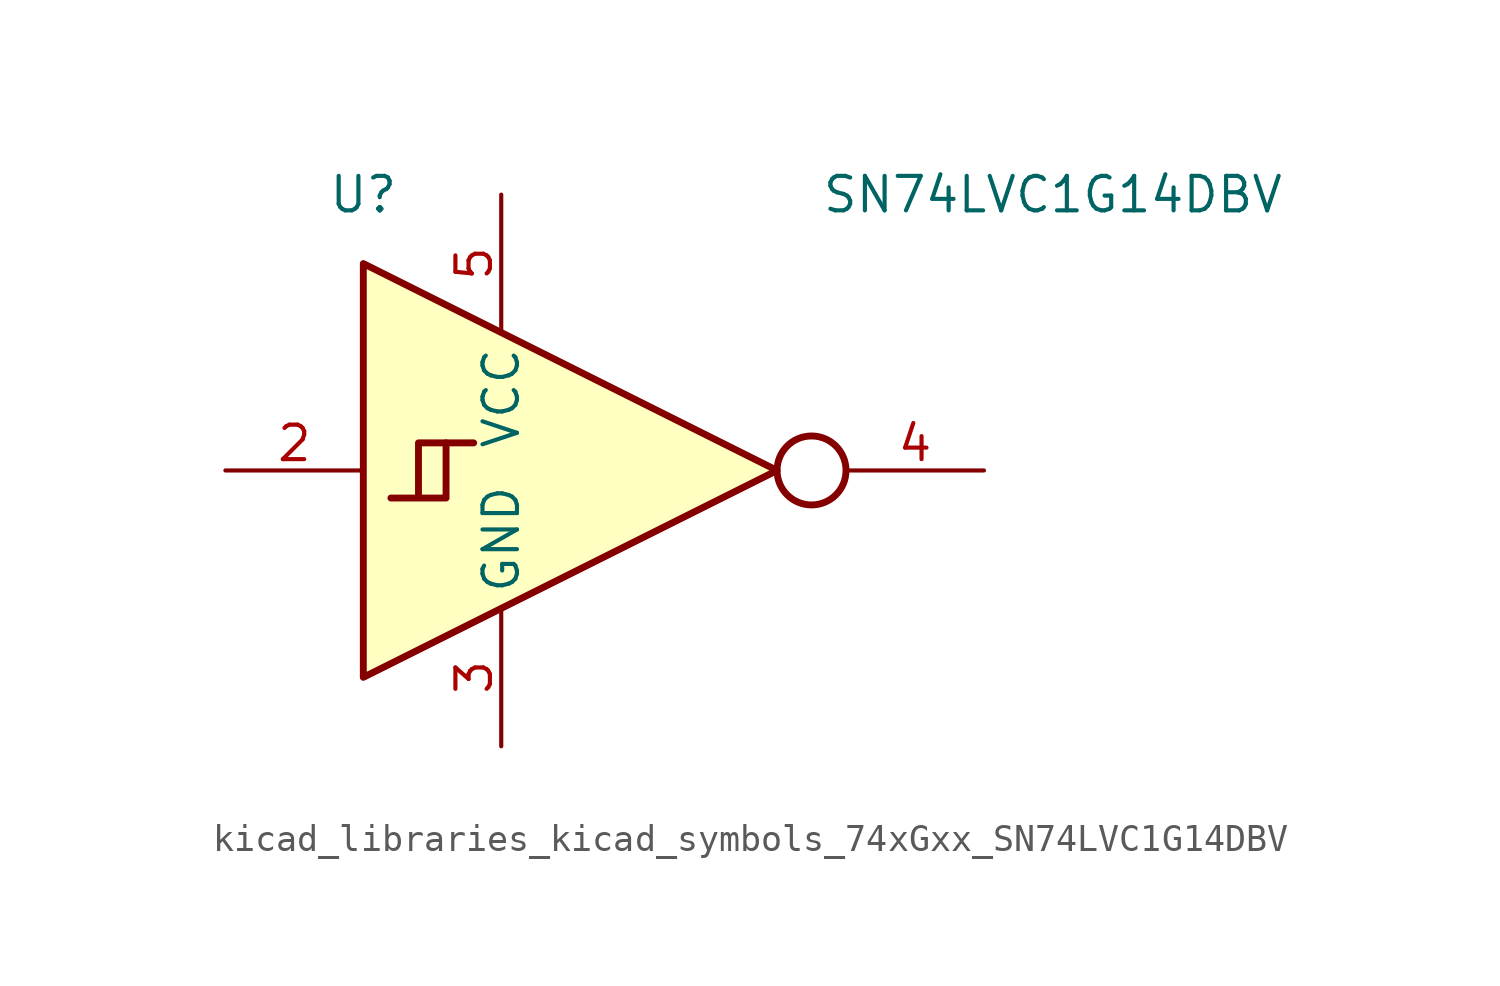
<source format=kicad_sym>
(kicad_symbol_lib
  (version 20220914)
  (generator kicad_symbol_editor)
  (symbol "kicad_libraries_kicad_symbols_74xGxx_SN74LVC1G14DBV"
    (property "Reference" "U"
      (at -5.08 10.16 0)
      (effects (font (size 1.27 1.27))))
    (property "Value" "SN74LVC1G14DBV"
      (at 20.32 10.16 0)
      (effects (font (size 1.27 1.27))))
    (symbol "kicad_libraries_kicad_symbols_74xGxx_SN74LVC1G14DBV_0_1"
      (polyline (pts (xy -2.032 1.016) (xy -1.016 1.016)) (stroke (width 0.254) (type default)) (fill (type background)))
      (polyline (pts (xy -5.08 7.62) (xy -5.08 -7.62) (xy 10.16 0) (xy -5.08 7.62)) (stroke (width 0.254) (type default)) (fill (type background)))
      (polyline (pts (xy -3.048 -1.016) (xy -3.048 1.016) (xy -2.032 1.016) (xy -2.032 -1.016) (xy -4.064 -1.016)) (stroke (width 0.254) (type default)) (fill (type background)))
      (circle (center 11.43 0) (radius 1.27) (stroke (width 0.254) (type default)) (fill (type none))))
    (symbol "kicad_libraries_kicad_symbols_74xGxx_SN74LVC1G14DBV_1_1"
      (pin no_connect line (at 10.16 0 180) (length 5.08) hide (name "NC" (effects (font (size 1.27 1.27)))) (number "1" (effects (font (size 1.27 1.27)))))
      (pin input line (at -10.16 0 0) (length 5.08) (name "~" (effects (font (size 1.27 1.27)))) (number "2" (effects (font (size 1.27 1.27)))))
      (pin power_in line (at 0 -10.16 90) (length 5.08) (name "GND" (effects (font (size 1.27 1.27)))) (number "3" (effects (font (size 1.27 1.27)))))
      (pin output line (at 17.78 0 180) (length 5.08) (name "~" (effects (font (size 1.27 1.27)))) (number "4" (effects (font (size 1.27 1.27)))))
      (pin power_in line (at 0 10.16 270) (length 5.08) (name "VCC" (effects (font (size 1.27 1.27)))) (number "5" (effects (font (size 1.27 1.27))))))))
</source>
